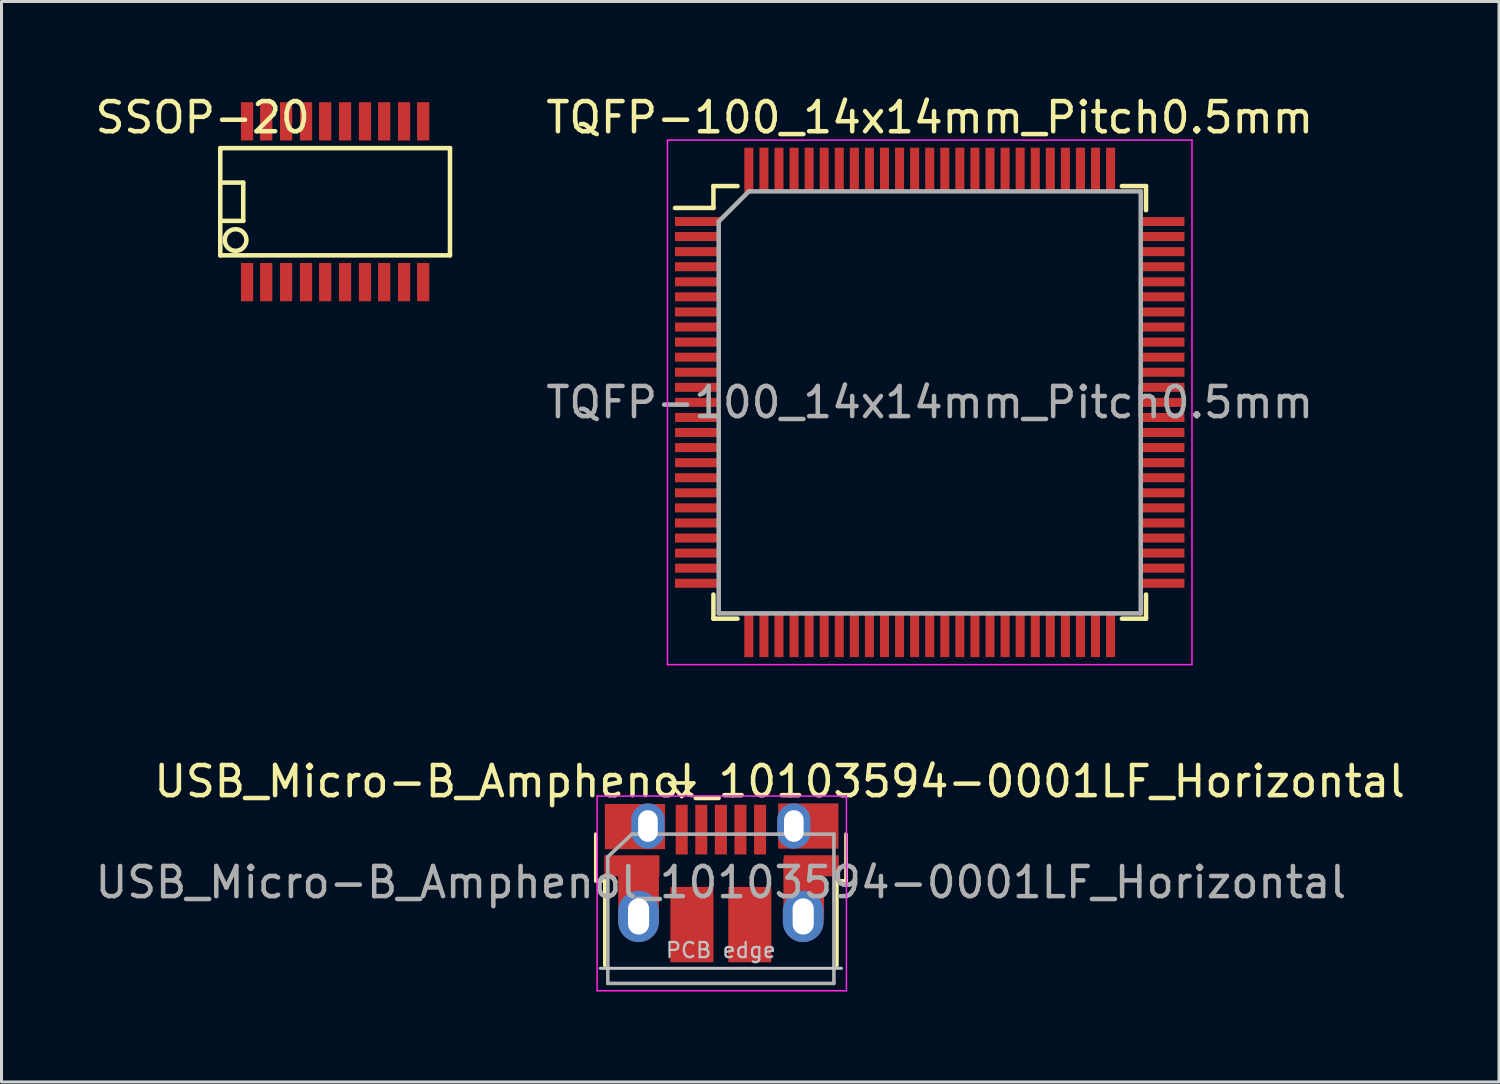
<source format=kicad_pcb>
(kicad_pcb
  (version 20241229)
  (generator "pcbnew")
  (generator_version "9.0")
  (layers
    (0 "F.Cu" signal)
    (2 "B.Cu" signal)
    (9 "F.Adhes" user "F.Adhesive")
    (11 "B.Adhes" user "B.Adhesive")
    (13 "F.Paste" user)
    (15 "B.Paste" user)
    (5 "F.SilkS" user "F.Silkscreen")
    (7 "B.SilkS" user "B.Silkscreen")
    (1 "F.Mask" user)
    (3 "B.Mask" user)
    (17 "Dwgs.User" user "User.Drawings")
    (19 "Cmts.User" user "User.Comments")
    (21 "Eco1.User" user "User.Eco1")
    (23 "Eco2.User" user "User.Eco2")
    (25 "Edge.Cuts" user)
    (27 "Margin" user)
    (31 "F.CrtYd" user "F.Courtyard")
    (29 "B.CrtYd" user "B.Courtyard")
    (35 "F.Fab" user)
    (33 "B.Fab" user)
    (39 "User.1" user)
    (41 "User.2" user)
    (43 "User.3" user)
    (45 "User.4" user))
  (footprint "TQFP-100_14x14mm_Pitch0.5mm"
    (layer "F.Cu")
    (at 27.791 10.298)
    (property "Reference" "TQFP-100_14x14mm_Pitch0.5mm" (at 0 -9.45 0) (layer "F.SilkS") (effects (font (size 1 1) (thickness 0.15))))
    (attr smd)
    (fp_line (start -7.175 -7.175) (end -7.175 -6.45) (stroke (width 0.15) (type solid)) (layer "F.SilkS"))
    (fp_line (start -7.175 -7.175) (end -6.375 -7.175) (stroke (width 0.15) (type solid)) (layer "F.SilkS"))
    (fp_line (start -7.175 -6.45) (end -8.45 -6.45) (stroke (width 0.15) (type solid)) (layer "F.SilkS"))
    (fp_line (start -7.175 7.175) (end -7.175 6.375) (stroke (width 0.15) (type solid)) (layer "F.SilkS"))
    (fp_line (start -7.175 7.175) (end -6.375 7.175) (stroke (width 0.15) (type solid)) (layer "F.SilkS"))
    (fp_line (start 7.175 -7.175) (end 6.375 -7.175) (stroke (width 0.15) (type solid)) (layer "F.SilkS"))
    (fp_line (start 7.175 -7.175) (end 7.175 -6.375) (stroke (width 0.15) (type solid)) (layer "F.SilkS"))
    (fp_line (start 7.175 7.175) (end 6.375 7.175) (stroke (width 0.15) (type solid)) (layer "F.SilkS"))
    (fp_line (start 7.175 7.175) (end 7.175 6.375) (stroke (width 0.15) (type solid)) (layer "F.SilkS"))
    (fp_line (start -8.7 -8.7) (end -8.7 8.7) (stroke (width 0.05) (type solid)) (layer "F.CrtYd"))
    (fp_line (start -8.7 -8.7) (end 8.7 -8.7) (stroke (width 0.05) (type solid)) (layer "F.CrtYd"))
    (fp_line (start -8.7 8.7) (end 8.7 8.7) (stroke (width 0.05) (type solid)) (layer "F.CrtYd"))
    (fp_line (start 8.7 -8.7) (end 8.7 8.7) (stroke (width 0.05) (type solid)) (layer "F.CrtYd"))
    (fp_line (start -7 -6) (end -6 -7) (stroke (width 0.15) (type solid)) (layer "F.Fab"))
    (fp_line (start -7 7) (end -7 -6) (stroke (width 0.15) (type solid)) (layer "F.Fab"))
    (fp_line (start -6 -7) (end 7 -7) (stroke (width 0.15) (type solid)) (layer "F.Fab"))
    (fp_line (start 7 -7) (end 7 7) (stroke (width 0.15) (type solid)) (layer "F.Fab"))
    (fp_line (start 7 7) (end -7 7) (stroke (width 0.15) (type solid)) (layer "F.Fab"))
    (fp_text user "${REFERENCE}" (at 0 0 0) (layer "F.Fab") (effects (font (size 1 1) (thickness 0.15))))
    (pad "1" smd rect (at -7.7 -6) (size 1.5 0.3) (layers "F.Cu" "F.Mask" "F.Paste"))
    (pad "2" smd rect (at -7.7 -5.5) (size 1.5 0.3) (layers "F.Cu" "F.Mask" "F.Paste"))
    (pad "3" smd rect (at -7.7 -5) (size 1.5 0.3) (layers "F.Cu" "F.Mask" "F.Paste"))
    (pad "4" smd rect (at -7.7 -4.5) (size 1.5 0.3) (layers "F.Cu" "F.Mask" "F.Paste"))
    (pad "5" smd rect (at -7.7 -4) (size 1.5 0.3) (layers "F.Cu" "F.Mask" "F.Paste"))
    (pad "6" smd rect (at -7.7 -3.5) (size 1.5 0.3) (layers "F.Cu" "F.Mask" "F.Paste"))
    (pad "7" smd rect (at -7.7 -3) (size 1.5 0.3) (layers "F.Cu" "F.Mask" "F.Paste"))
    (pad "8" smd rect (at -7.7 -2.5) (size 1.5 0.3) (layers "F.Cu" "F.Mask" "F.Paste"))
    (pad "9" smd rect (at -7.7 -2) (size 1.5 0.3) (layers "F.Cu" "F.Mask" "F.Paste"))
    (pad "10" smd rect (at -7.7 -1.5) (size 1.5 0.3) (layers "F.Cu" "F.Mask" "F.Paste"))
    (pad "11" smd rect (at -7.7 -1) (size 1.5 0.3) (layers "F.Cu" "F.Mask" "F.Paste"))
    (pad "12" smd rect (at -7.7 -0.5) (size 1.5 0.3) (layers "F.Cu" "F.Mask" "F.Paste"))
    (pad "13" smd rect (at -7.7 0) (size 1.5 0.3) (layers "F.Cu" "F.Mask" "F.Paste"))
    (pad "14" smd rect (at -7.7 0.5) (size 1.5 0.3) (layers "F.Cu" "F.Mask" "F.Paste"))
    (pad "15" smd rect (at -7.7 1) (size 1.5 0.3) (layers "F.Cu" "F.Mask" "F.Paste"))
    (pad "16" smd rect (at -7.7 1.5) (size 1.5 0.3) (layers "F.Cu" "F.Mask" "F.Paste"))
    (pad "17" smd rect (at -7.7 2) (size 1.5 0.3) (layers "F.Cu" "F.Mask" "F.Paste"))
    (pad "18" smd rect (at -7.7 2.5) (size 1.5 0.3) (layers "F.Cu" "F.Mask" "F.Paste"))
    (pad "19" smd rect (at -7.7 3) (size 1.5 0.3) (layers "F.Cu" "F.Mask" "F.Paste"))
    (pad "20" smd rect (at -7.7 3.5) (size 1.5 0.3) (layers "F.Cu" "F.Mask" "F.Paste"))
    (pad "21" smd rect (at -7.7 4) (size 1.5 0.3) (layers "F.Cu" "F.Mask" "F.Paste"))
    (pad "22" smd rect (at -7.7 4.5) (size 1.5 0.3) (layers "F.Cu" "F.Mask" "F.Paste"))
    (pad "23" smd rect (at -7.7 5) (size 1.5 0.3) (layers "F.Cu" "F.Mask" "F.Paste"))
    (pad "24" smd rect (at -7.7 5.5) (size 1.5 0.3) (layers "F.Cu" "F.Mask" "F.Paste"))
    (pad "25" smd rect (at -7.7 6) (size 1.5 0.3) (layers "F.Cu" "F.Mask" "F.Paste"))
    (pad "26" smd rect (at -6 7.7 90) (size 1.5 0.3) (layers "F.Cu" "F.Mask" "F.Paste"))
    (pad "27" smd rect (at -5.5 7.7 90) (size 1.5 0.3) (layers "F.Cu" "F.Mask" "F.Paste"))
    (pad "28" smd rect (at -5 7.7 90) (size 1.5 0.3) (layers "F.Cu" "F.Mask" "F.Paste"))
    (pad "29" smd rect (at -4.5 7.7 90) (size 1.5 0.3) (layers "F.Cu" "F.Mask" "F.Paste"))
    (pad "30" smd rect (at -4 7.7 90) (size 1.5 0.3) (layers "F.Cu" "F.Mask" "F.Paste"))
    (pad "31" smd rect (at -3.5 7.7 90) (size 1.5 0.3) (layers "F.Cu" "F.Mask" "F.Paste"))
    (pad "32" smd rect (at -3 7.7 90) (size 1.5 0.3) (layers "F.Cu" "F.Mask" "F.Paste"))
    (pad "33" smd rect (at -2.5 7.7 90) (size 1.5 0.3) (layers "F.Cu" "F.Mask" "F.Paste"))
    (pad "34" smd rect (at -2 7.7 90) (size 1.5 0.3) (layers "F.Cu" "F.Mask" "F.Paste"))
    (pad "35" smd rect (at -1.5 7.7 90) (size 1.5 0.3) (layers "F.Cu" "F.Mask" "F.Paste"))
    (pad "36" smd rect (at -1 7.7 90) (size 1.5 0.3) (layers "F.Cu" "F.Mask" "F.Paste"))
    (pad "37" smd rect (at -0.5 7.7 90) (size 1.5 0.3) (layers "F.Cu" "F.Mask" "F.Paste"))
    (pad "38" smd rect (at 0 7.7 90) (size 1.5 0.3) (layers "F.Cu" "F.Mask" "F.Paste"))
    (pad "39" smd rect (at 0.5 7.7 90) (size 1.5 0.3) (layers "F.Cu" "F.Mask" "F.Paste"))
    (pad "40" smd rect (at 1 7.7 90) (size 1.5 0.3) (layers "F.Cu" "F.Mask" "F.Paste"))
    (pad "41" smd rect (at 1.5 7.7 90) (size 1.5 0.3) (layers "F.Cu" "F.Mask" "F.Paste"))
    (pad "42" smd rect (at 2 7.7 90) (size 1.5 0.3) (layers "F.Cu" "F.Mask" "F.Paste"))
    (pad "43" smd rect (at 2.5 7.7 90) (size 1.5 0.3) (layers "F.Cu" "F.Mask" "F.Paste"))
    (pad "44" smd rect (at 3 7.7 90) (size 1.5 0.3) (layers "F.Cu" "F.Mask" "F.Paste"))
    (pad "45" smd rect (at 3.5 7.7 90) (size 1.5 0.3) (layers "F.Cu" "F.Mask" "F.Paste"))
    (pad "46" smd rect (at 4 7.7 90) (size 1.5 0.3) (layers "F.Cu" "F.Mask" "F.Paste"))
    (pad "47" smd rect (at 4.5 7.7 90) (size 1.5 0.3) (layers "F.Cu" "F.Mask" "F.Paste"))
    (pad "48" smd rect (at 5 7.7 90) (size 1.5 0.3) (layers "F.Cu" "F.Mask" "F.Paste"))
    (pad "49" smd rect (at 5.5 7.7 90) (size 1.5 0.3) (layers "F.Cu" "F.Mask" "F.Paste"))
    (pad "50" smd rect (at 6 7.7 90) (size 1.5 0.3) (layers "F.Cu" "F.Mask" "F.Paste"))
    (pad "51" smd rect (at 7.7 6) (size 1.5 0.3) (layers "F.Cu" "F.Mask" "F.Paste"))
    (pad "52" smd rect (at 7.7 5.5) (size 1.5 0.3) (layers "F.Cu" "F.Mask" "F.Paste"))
    (pad "53" smd rect (at 7.7 5) (size 1.5 0.3) (layers "F.Cu" "F.Mask" "F.Paste"))
    (pad "54" smd rect (at 7.7 4.5) (size 1.5 0.3) (layers "F.Cu" "F.Mask" "F.Paste"))
    (pad "55" smd rect (at 7.7 4) (size 1.5 0.3) (layers "F.Cu" "F.Mask" "F.Paste"))
    (pad "56" smd rect (at 7.7 3.5) (size 1.5 0.3) (layers "F.Cu" "F.Mask" "F.Paste"))
    (pad "57" smd rect (at 7.7 3) (size 1.5 0.3) (layers "F.Cu" "F.Mask" "F.Paste"))
    (pad "58" smd rect (at 7.7 2.5) (size 1.5 0.3) (layers "F.Cu" "F.Mask" "F.Paste"))
    (pad "59" smd rect (at 7.7 2) (size 1.5 0.3) (layers "F.Cu" "F.Mask" "F.Paste"))
    (pad "60" smd rect (at 7.7 1.5) (size 1.5 0.3) (layers "F.Cu" "F.Mask" "F.Paste"))
    (pad "61" smd rect (at 7.7 1) (size 1.5 0.3) (layers "F.Cu" "F.Mask" "F.Paste"))
    (pad "62" smd rect (at 7.7 0.5) (size 1.5 0.3) (layers "F.Cu" "F.Mask" "F.Paste"))
    (pad "63" smd rect (at 7.7 0) (size 1.5 0.3) (layers "F.Cu" "F.Mask" "F.Paste"))
    (pad "64" smd rect (at 7.7 -0.5) (size 1.5 0.3) (layers "F.Cu" "F.Mask" "F.Paste"))
    (pad "65" smd rect (at 7.7 -1) (size 1.5 0.3) (layers "F.Cu" "F.Mask" "F.Paste"))
    (pad "66" smd rect (at 7.7 -1.5) (size 1.5 0.3) (layers "F.Cu" "F.Mask" "F.Paste"))
    (pad "67" smd rect (at 7.7 -2) (size 1.5 0.3) (layers "F.Cu" "F.Mask" "F.Paste"))
    (pad "68" smd rect (at 7.7 -2.5) (size 1.5 0.3) (layers "F.Cu" "F.Mask" "F.Paste"))
    (pad "69" smd rect (at 7.7 -3) (size 1.5 0.3) (layers "F.Cu" "F.Mask" "F.Paste"))
    (pad "70" smd rect (at 7.7 -3.5) (size 1.5 0.3) (layers "F.Cu" "F.Mask" "F.Paste"))
    (pad "71" smd rect (at 7.7 -4) (size 1.5 0.3) (layers "F.Cu" "F.Mask" "F.Paste"))
    (pad "72" smd rect (at 7.7 -4.5) (size 1.5 0.3) (layers "F.Cu" "F.Mask" "F.Paste"))
    (pad "73" smd rect (at 7.7 -5) (size 1.5 0.3) (layers "F.Cu" "F.Mask" "F.Paste"))
    (pad "74" smd rect (at 7.7 -5.5) (size 1.5 0.3) (layers "F.Cu" "F.Mask" "F.Paste"))
    (pad "75" smd rect (at 7.7 -6) (size 1.5 0.3) (layers "F.Cu" "F.Mask" "F.Paste"))
    (pad "76" smd rect (at 6 -7.7 90) (size 1.5 0.3) (layers "F.Cu" "F.Mask" "F.Paste"))
    (pad "77" smd rect (at 5.5 -7.7 90) (size 1.5 0.3) (layers "F.Cu" "F.Mask" "F.Paste"))
    (pad "78" smd rect (at 5 -7.7 90) (size 1.5 0.3) (layers "F.Cu" "F.Mask" "F.Paste"))
    (pad "79" smd rect (at 4.5 -7.7 90) (size 1.5 0.3) (layers "F.Cu" "F.Mask" "F.Paste"))
    (pad "80" smd rect (at 4 -7.7 90) (size 1.5 0.3) (layers "F.Cu" "F.Mask" "F.Paste"))
    (pad "81" smd rect (at 3.5 -7.7 90) (size 1.5 0.3) (layers "F.Cu" "F.Mask" "F.Paste"))
    (pad "82" smd rect (at 3 -7.7 90) (size 1.5 0.3) (layers "F.Cu" "F.Mask" "F.Paste"))
    (pad "83" smd rect (at 2.5 -7.7 90) (size 1.5 0.3) (layers "F.Cu" "F.Mask" "F.Paste"))
    (pad "84" smd rect (at 2 -7.7 90) (size 1.5 0.3) (layers "F.Cu" "F.Mask" "F.Paste"))
    (pad "85" smd rect (at 1.5 -7.7 90) (size 1.5 0.3) (layers "F.Cu" "F.Mask" "F.Paste"))
    (pad "86" smd rect (at 1 -7.7 90) (size 1.5 0.3) (layers "F.Cu" "F.Mask" "F.Paste"))
    (pad "87" smd rect (at 0.5 -7.7 90) (size 1.5 0.3) (layers "F.Cu" "F.Mask" "F.Paste"))
    (pad "88" smd rect (at 0 -7.7 90) (size 1.5 0.3) (layers "F.Cu" "F.Mask" "F.Paste"))
    (pad "89" smd rect (at -0.5 -7.7 90) (size 1.5 0.3) (layers "F.Cu" "F.Mask" "F.Paste"))
    (pad "90" smd rect (at -1 -7.7 90) (size 1.5 0.3) (layers "F.Cu" "F.Mask" "F.Paste"))
    (pad "91" smd rect (at -1.5 -7.7 90) (size 1.5 0.3) (layers "F.Cu" "F.Mask" "F.Paste"))
    (pad "92" smd rect (at -2 -7.7 90) (size 1.5 0.3) (layers "F.Cu" "F.Mask" "F.Paste"))
    (pad "93" smd rect (at -2.5 -7.7 90) (size 1.5 0.3) (layers "F.Cu" "F.Mask" "F.Paste"))
    (pad "94" smd rect (at -3 -7.7 90) (size 1.5 0.3) (layers "F.Cu" "F.Mask" "F.Paste"))
    (pad "95" smd rect (at -3.5 -7.7 90) (size 1.5 0.3) (layers "F.Cu" "F.Mask" "F.Paste"))
    (pad "96" smd rect (at -4 -7.7 90) (size 1.5 0.3) (layers "F.Cu" "F.Mask" "F.Paste"))
    (pad "97" smd rect (at -4.5 -7.7 90) (size 1.5 0.3) (layers "F.Cu" "F.Mask" "F.Paste"))
    (pad "98" smd rect (at -5 -7.7 90) (size 1.5 0.3) (layers "F.Cu" "F.Mask" "F.Paste"))
    (pad "99" smd rect (at -5.5 -7.7 90) (size 1.5 0.3) (layers "F.Cu" "F.Mask" "F.Paste"))
    (pad "100" smd rect (at -6 -7.7 90) (size 1.5 0.3) (layers "F.Cu" "F.Mask" "F.Paste")))
  (footprint "USB_Micro-B_Amphenol_10103594-0001LF_Horizontal"
    (layer "F.Cu")
    (at 20.888 26.236)
    (property "Reference" "USB_Micro-B_Amphenol_10103594-0001LF_Horizontal" (at 1.925 -3.365 0) (layer "F.SilkS") (effects (font (size 1 1) (thickness 0.15))))
    (attr smd)
    (fp_line (start -4.175 -0.065) (end -4.175 -1.615) (stroke (width 0.12) (type solid)) (layer "F.SilkS"))
    (fp_line (start -4.175 -0.065) (end -3.875 -0.065) (stroke (width 0.12) (type solid)) (layer "F.SilkS"))
    (fp_line (start -3.875 2.735) (end -3.875 -0.065) (stroke (width 0.12) (type solid)) (layer "F.SilkS"))
    (fp_line (start -1.725 -3.315) (end -0.925 -3.315) (stroke (width 0.12) (type solid)) (layer "F.SilkS"))
    (fp_line (start -1.325 -2.865) (end -1.725 -3.315) (stroke (width 0.12) (type solid)) (layer "F.SilkS"))
    (fp_line (start -0.925 -3.315) (end -1.325 -2.865) (stroke (width 0.12) (type solid)) (layer "F.SilkS"))
    (fp_line (start 3.825 -0.065) (end 4.125 -0.065) (stroke (width 0.12) (type solid)) (layer "F.SilkS"))
    (fp_line (start 3.825 2.735) (end 3.825 -0.065) (stroke (width 0.12) (type solid)) (layer "F.SilkS"))
    (fp_line (start 4.125 -0.065) (end 4.125 -1.615) (stroke (width 0.12) (type solid)) (layer "F.SilkS"))
    (fp_line (start -4.025 2.835) (end 3.975 2.835) (stroke (width 0.1) (type solid)) (layer "Dwgs.User"))
    (fp_line (start -4.13 -2.88) (end -4.13 3.58) (stroke (width 0.05) (type solid)) (layer "F.CrtYd"))
    (fp_line (start -4.13 -2.88) (end 4.14 -2.88) (stroke (width 0.05) (type solid)) (layer "F.CrtYd"))
    (fp_line (start 4.14 3.58) (end -4.13 3.58) (stroke (width 0.05) (type solid)) (layer "F.CrtYd"))
    (fp_line (start 4.14 3.58) (end 4.14 -2.88) (stroke (width 0.05) (type solid)) (layer "F.CrtYd"))
    (fp_line (start -3.775 -0.865) (end -2.975 -1.615) (stroke (width 0.12) (type solid)) (layer "F.Fab"))
    (fp_line (start -3.775 3.335) (end -3.775 -0.865) (stroke (width 0.12) (type solid)) (layer "F.Fab"))
    (fp_line (start -2.975 -1.615) (end 3.725 -1.615) (stroke (width 0.12) (type solid)) (layer "F.Fab"))
    (fp_line (start 3.725 -1.615) (end 3.725 3.335) (stroke (width 0.12) (type solid)) (layer "F.Fab"))
    (fp_line (start 3.725 3.335) (end -3.775 3.335) (stroke (width 0.12) (type solid)) (layer "F.Fab"))
    (fp_text user "PCB edge" (at -0.025 2.235 0) (layer "Dwgs.User") (effects (font (size 0.5 0.5) (thickness 0.075))))
    (fp_text user "${REFERENCE}" (at -0.025 -0.015 0) (layer "F.Fab") (effects (font (size 1 1) (thickness 0.15))))
    (pad "1" smd rect (at -1.325 -1.765 90) (size 1.65 0.4) (layers "F.Cu" "F.Mask" "F.Paste"))
    (pad "2" smd rect (at -0.675 -1.765 90) (size 1.65 0.4) (layers "F.Cu" "F.Mask" "F.Paste"))
    (pad "3" smd rect (at -0.025 -1.765 90) (size 1.65 0.4) (layers "F.Cu" "F.Mask" "F.Paste"))
    (pad "4" smd rect (at 0.625 -1.765 90) (size 1.65 0.4) (layers "F.Cu" "F.Mask" "F.Paste"))
    (pad "5" smd rect (at 1.275 -1.765 90) (size 1.65 0.4) (layers "F.Cu" "F.Mask" "F.Paste"))
    (pad "6" smd rect (at -2.975 -0.565) (size 1.825 0.7) (layers "F.Cu" "F.Mask" "F.Paste"))
    (pad "6" smd rect (at -2.875 -1.865) (size 2 1.5) (layers "F.Cu" "F.Mask" "F.Paste"))
    (pad "6" smd rect (at -2.755 0.185) (size 1.35 2) (layers "F.Cu" "F.Mask" "F.Paste"))
    (pad "6" thru_hole oval (at -2.755 1.115 90) (size 1.7 1.35) (drill oval 1.2 0.7) (layers "*.Cu" "*.Mask"))
    (pad "6" thru_hole oval (at -2.445 -1.885 90) (size 1.5 1.1) (drill oval 1.05 0.65) (layers "*.Cu" "*.Mask"))
    (pad "6" smd rect (at -0.985 1.385 90) (size 2.5 1.43) (layers "F.Cu" "F.Mask" "F.Paste"))
    (pad "6" smd rect (at 0.935 1.385 90) (size 2.5 1.43) (layers "F.Cu" "F.Mask" "F.Paste"))
    (pad "6" thru_hole oval (at 2.395 -1.885 90) (size 1.5 1.1) (drill oval 1.05 0.65) (layers "*.Cu" "*.Mask"))
    (pad "6" thru_hole oval (at 2.705 1.115 90) (size 1.7 1.35) (drill oval 1.2 0.7) (layers "*.Cu" "*.Mask"))
    (pad "6" smd rect (at 2.725 0.185) (size 1.35 2) (layers "F.Cu" "F.Mask" "F.Paste"))
    (pad "6" smd rect (at 2.875 -1.885) (size 2 1.5) (layers "F.Cu" "F.Mask" "F.Paste"))
    (pad "6" smd rect (at 2.975 -0.565) (size 1.825 0.7) (layers "F.Cu" "F.Mask" "F.Paste")))
  (footprint "SSOP-20"
    (layer "F.Cu")
    (at 8.067 3.642)
    (property "Reference" "SSOP-20" (at -4.394 -2.794 0) (layer "F.SilkS") (effects (font (size 1 1) (thickness 0.15))))
    (attr smd)
    (fp_line (start -3.81 -0.635) (end -3.048 -0.635) (stroke (width 0.15) (type solid)) (layer "F.SilkS"))
    (fp_line (start -3.81 1.778) (end -3.81 -1.778) (stroke (width 0.15) (type solid)) (layer "F.SilkS"))
    (fp_line (start -3.81 1.778) (end 3.81 1.778) (stroke (width 0.15) (type solid)) (layer "F.SilkS"))
    (fp_line (start -3.048 -0.635) (end -3.048 0.635) (stroke (width 0.15) (type solid)) (layer "F.SilkS"))
    (fp_line (start -3.048 0.635) (end -3.81 0.635) (stroke (width 0.15) (type solid)) (layer "F.SilkS"))
    (fp_line (start 3.81 -1.778) (end -3.81 -1.778) (stroke (width 0.15) (type solid)) (layer "F.SilkS"))
    (fp_line (start 3.81 -1.778) (end 3.81 1.778) (stroke (width 0.15) (type solid)) (layer "F.SilkS"))
    (fp_circle (center -3.302 1.27) (end -3.556 1.016) (stroke (width 0.15) (type solid)) (fill no) (layer "F.SilkS"))
    (pad "1" smd rect (at -2.921 2.667) (size 0.406 1.27) (layers "F.Cu" "F.Mask" "F.Paste"))
    (pad "2" smd rect (at -2.286 2.667) (size 0.406 1.27) (layers "F.Cu" "F.Mask" "F.Paste"))
    (pad "3" smd rect (at -1.626 2.667) (size 0.406 1.27) (layers "F.Cu" "F.Mask" "F.Paste"))
    (pad "4" smd rect (at -0.965 2.667) (size 0.406 1.27) (layers "F.Cu" "F.Mask" "F.Paste"))
    (pad "5" smd rect (at -0.33 2.667) (size 0.406 1.27) (layers "F.Cu" "F.Mask" "F.Paste"))
    (pad "6" smd rect (at 0.33 2.667) (size 0.406 1.27) (layers "F.Cu" "F.Mask" "F.Paste"))
    (pad "7" smd rect (at 0.991 2.667) (size 0.406 1.27) (layers "F.Cu" "F.Mask" "F.Paste"))
    (pad "8" smd rect (at 1.626 2.667) (size 0.406 1.27) (layers "F.Cu" "F.Mask" "F.Paste"))
    (pad "9" smd rect (at 2.286 2.667) (size 0.406 1.27) (layers "F.Cu" "F.Mask" "F.Paste"))
    (pad "10" smd rect (at 2.921 2.667) (size 0.406 1.27) (layers "F.Cu" "F.Mask" "F.Paste"))
    (pad "11" smd rect (at 2.921 -2.667) (size 0.406 1.27) (layers "F.Cu" "F.Mask" "F.Paste"))
    (pad "12" smd rect (at 2.286 -2.667) (size 0.406 1.27) (layers "F.Cu" "F.Mask" "F.Paste"))
    (pad "13" smd rect (at 1.626 -2.667) (size 0.406 1.27) (layers "F.Cu" "F.Mask" "F.Paste"))
    (pad "14" smd rect (at 0.991 -2.667) (size 0.406 1.27) (layers "F.Cu" "F.Mask" "F.Paste"))
    (pad "15" smd rect (at 0.33 -2.667) (size 0.406 1.27) (layers "F.Cu" "F.Mask" "F.Paste"))
    (pad "16" smd rect (at -0.33 -2.667) (size 0.406 1.27) (layers "F.Cu" "F.Mask" "F.Paste"))
    (pad "17" smd rect (at -0.965 -2.667) (size 0.406 1.27) (layers "F.Cu" "F.Mask" "F.Paste"))
    (pad "18" smd rect (at -1.626 -2.667) (size 0.406 1.27) (layers "F.Cu" "F.Mask" "F.Paste"))
    (pad "19" smd rect (at -2.286 -2.667) (size 0.406 1.27) (layers "F.Cu" "F.Mask" "F.Paste"))
    (pad "20" smd rect (at -2.921 -2.667) (size 0.406 1.27) (layers "F.Cu" "F.Mask" "F.Paste")))
  (gr_rect
    (start -3 -3)
    (end 46.676 32.842)
    (stroke (width 0.1) (type default))
    (fill no)
    (layer "Edge.Cuts")))
</source>
